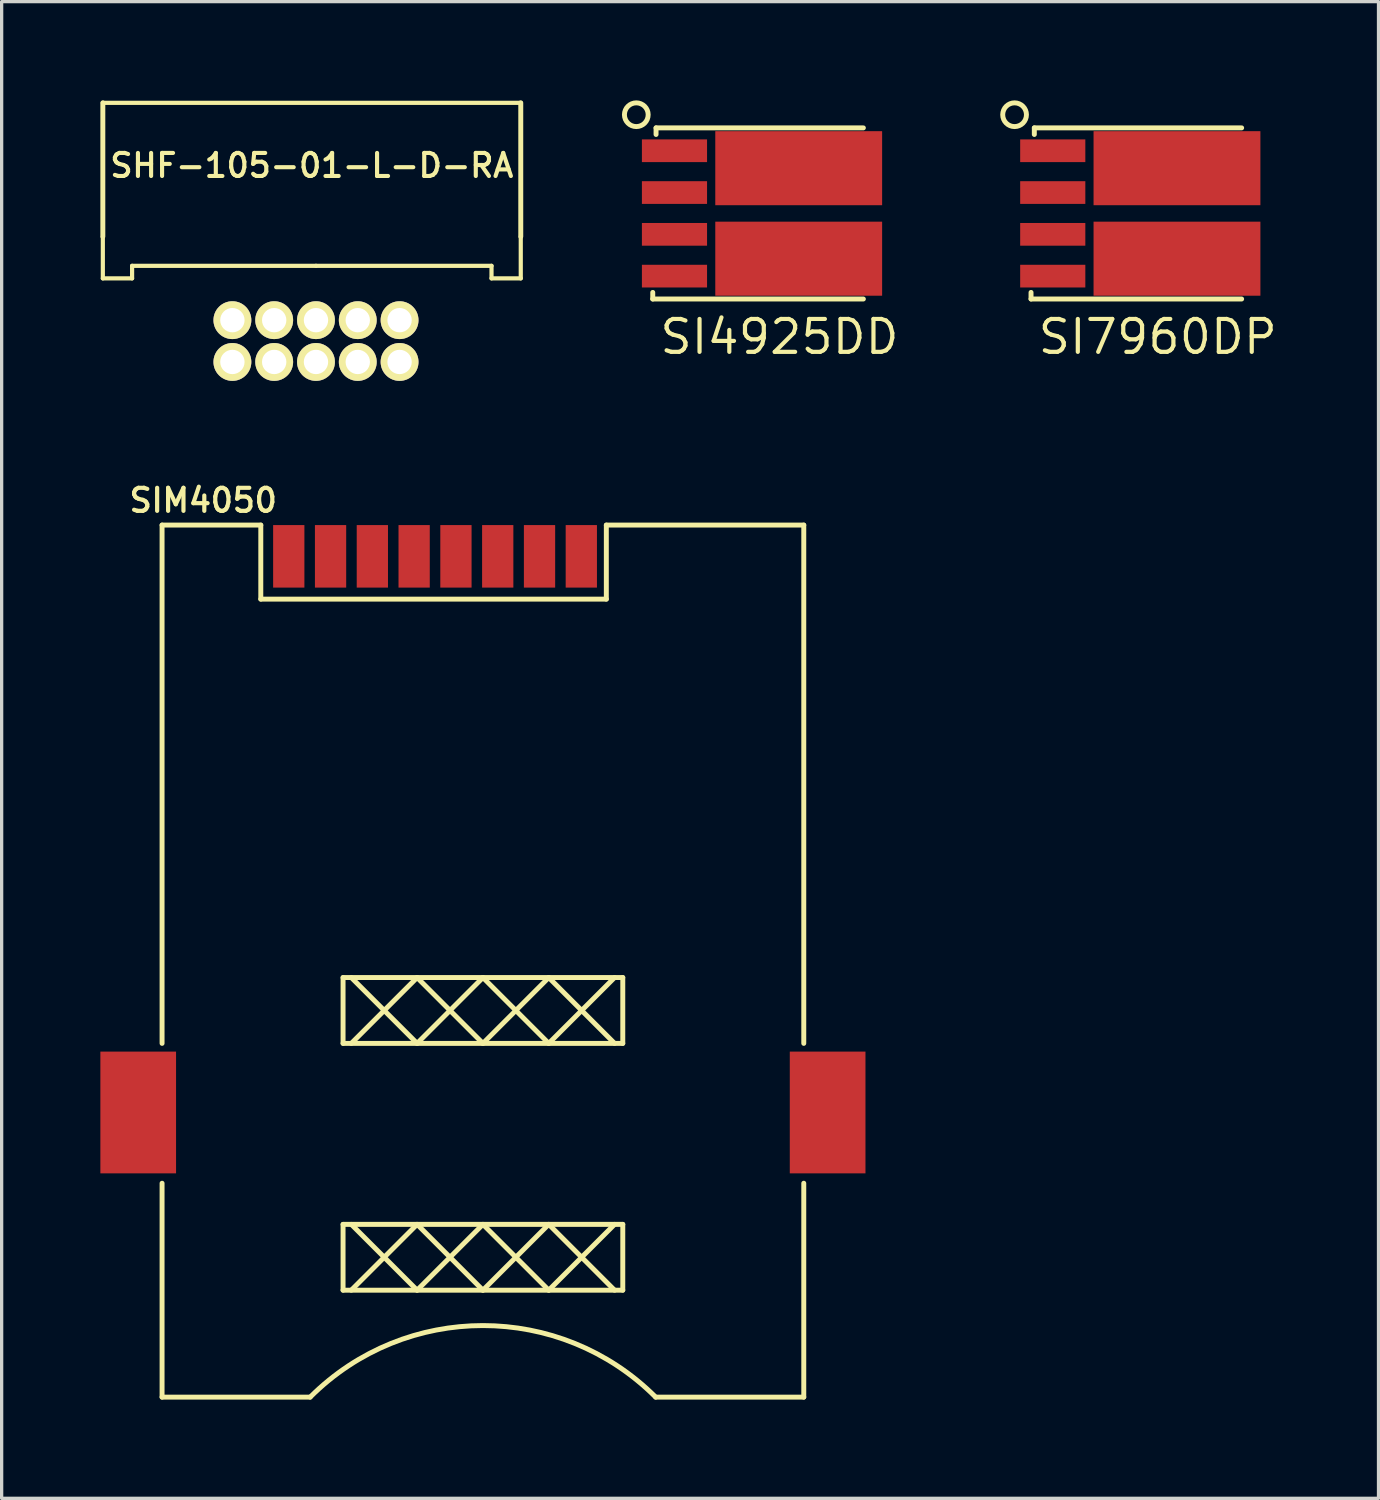
<source format=kicad_pcb>
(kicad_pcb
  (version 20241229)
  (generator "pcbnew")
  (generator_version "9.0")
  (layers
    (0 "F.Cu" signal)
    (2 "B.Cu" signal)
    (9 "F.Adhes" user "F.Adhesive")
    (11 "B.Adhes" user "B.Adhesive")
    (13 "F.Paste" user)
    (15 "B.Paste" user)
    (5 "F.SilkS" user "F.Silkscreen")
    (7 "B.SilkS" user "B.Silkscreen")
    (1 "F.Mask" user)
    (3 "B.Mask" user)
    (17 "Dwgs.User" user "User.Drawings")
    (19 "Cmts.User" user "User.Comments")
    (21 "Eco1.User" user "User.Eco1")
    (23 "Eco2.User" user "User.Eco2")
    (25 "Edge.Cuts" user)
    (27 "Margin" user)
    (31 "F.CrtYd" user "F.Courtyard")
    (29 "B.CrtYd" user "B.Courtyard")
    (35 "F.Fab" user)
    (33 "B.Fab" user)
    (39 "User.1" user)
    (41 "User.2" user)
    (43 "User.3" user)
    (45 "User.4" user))
  (footprint "SI7960DP"
    (layer "F.Cu")
    (at 30.181 3.436)
    (property "Reference" "SI7960DP" (at 1.95 3.75 0) (layer "F.SilkS") (effects (font (size 1 1) (thickness 0.127))))
    (attr through_hole)
    (fp_line (start -1.9 2.6) (end -1.9 2.4) (stroke (width 0.15) (type solid)) (layer "F.SilkS"))
    (fp_line (start -1.8 -2.6) (end 4.5 -2.6) (stroke (width 0.15) (type solid)) (layer "F.SilkS"))
    (fp_line (start -1.8 -2.4) (end -1.8 -2.6) (stroke (width 0.15) (type solid)) (layer "F.SilkS"))
    (fp_line (start 4.5 2.6) (end -1.9 2.6) (stroke (width 0.15) (type solid)) (layer "F.SilkS"))
    (fp_circle (center -2.4 -3) (end -2.6 -3.3) (stroke (width 0.15) (type solid)) (fill no) (layer "F.SilkS"))
    (pad "1" smd rect (at -1.24 -1.905) (size 1.98 0.69) (layers "F.Cu" "F.Mask" "F.Paste"))
    (pad "2" smd rect (at -1.24 -0.635) (size 1.98 0.69) (layers "F.Cu" "F.Mask" "F.Paste"))
    (pad "2" smd rect (at 2.535 -1.375) (size 5.07 2.25) (layers "F.Cu" "F.Mask" "F.Paste"))
    (pad "3" smd rect (at -1.24 0.635) (size 1.98 0.69) (layers "F.Cu" "F.Mask" "F.Paste"))
    (pad "3" smd rect (at 2.535 1.375) (size 5.07 2.25) (layers "F.Cu" "F.Mask" "F.Paste"))
    (pad "4" smd rect (at -1.24 1.905) (size 1.98 0.69) (layers "F.Cu" "F.Mask" "F.Paste")))
  (footprint "SI4925DD"
    (layer "F.Cu")
    (at 18.686 3.436)
    (property "Reference" "SI4925DD" (at 1.95 3.75 0) (layer "F.SilkS") (effects (font (size 1 1) (thickness 0.127))))
    (attr through_hole)
    (fp_line (start -1.9 2.6) (end -1.9 2.4) (stroke (width 0.15) (type solid)) (layer "F.SilkS"))
    (fp_line (start -1.8 -2.6) (end 4.5 -2.6) (stroke (width 0.15) (type solid)) (layer "F.SilkS"))
    (fp_line (start -1.8 -2.4) (end -1.8 -2.6) (stroke (width 0.15) (type solid)) (layer "F.SilkS"))
    (fp_line (start 4.5 2.6) (end -1.9 2.6) (stroke (width 0.15) (type solid)) (layer "F.SilkS"))
    (fp_circle (center -2.4 -3) (end -2.6 -3.3) (stroke (width 0.15) (type solid)) (fill no) (layer "F.SilkS"))
    (pad "1" smd rect (at -1.24 -1.905) (size 1.98 0.69) (layers "F.Cu" "F.Mask" "F.Paste"))
    (pad "2" smd rect (at -1.24 -0.635) (size 1.98 0.69) (layers "F.Cu" "F.Mask" "F.Paste"))
    (pad "2" smd rect (at 2.535 -1.375) (size 5.07 2.25) (layers "F.Cu" "F.Mask" "F.Paste"))
    (pad "3" smd rect (at -1.24 0.635) (size 1.98 0.69) (layers "F.Cu" "F.Mask" "F.Paste"))
    (pad "3" smd rect (at 2.535 1.375) (size 5.07 2.25) (layers "F.Cu" "F.Mask" "F.Paste"))
    (pad "4" smd rect (at -1.24 1.905) (size 1.98 0.69) (layers "F.Cu" "F.Mask" "F.Paste")))
  (footprint "SHF-105-01-L-D-RA"
    (layer "F.Cu")
    (at 6.552 7.314)
    (property "Reference" "SHF-105-01-L-D-RA" (at -0.127 -5.334 0) (layer "F.SilkS") (effects (font (size 0.7 0.7) (thickness 0.125))))
    (attr through_hole)
    (fp_line (start -6.477 -7.239) (end -6.477 -3.175) (stroke (width 0.15) (type solid)) (layer "F.SilkS"))
    (fp_line (start -6.477 -7.239) (end 6.223 -7.239) (stroke (width 0.127) (type solid)) (layer "F.SilkS"))
    (fp_line (start -6.477 -1.905) (end -6.477 -3.175) (stroke (width 0.127) (type solid)) (layer "F.SilkS"))
    (fp_line (start -5.588 -2.286) (end -5.588 -1.905) (stroke (width 0.127) (type solid)) (layer "F.SilkS"))
    (fp_line (start -5.588 -1.905) (end -6.477 -1.905) (stroke (width 0.127) (type solid)) (layer "F.SilkS"))
    (fp_line (start 0 -2.286) (end -5.588 -2.286) (stroke (width 0.127) (type solid)) (layer "F.SilkS"))
    (fp_line (start 0 -2.286) (end 5.334 -2.286) (stroke (width 0.127) (type solid)) (layer "F.SilkS"))
    (fp_line (start 5.334 -2.286) (end 5.334 -1.905) (stroke (width 0.127) (type solid)) (layer "F.SilkS"))
    (fp_line (start 5.334 -1.905) (end 6.223 -1.905) (stroke (width 0.127) (type solid)) (layer "F.SilkS"))
    (fp_line (start 6.223 -3.175) (end 6.223 -7.239) (stroke (width 0.15) (type solid)) (layer "F.SilkS"))
    (fp_line (start 6.223 -1.905) (end 6.223 -3.175) (stroke (width 0.127) (type solid)) (layer "F.SilkS"))
    (pad "1" thru_hole circle (at -2.54 0.635) (size 1.15 1.15) (drill 0.74) (layers "*.Cu" "*.Mask" "F.SilkS"))
    (pad "2" thru_hole circle (at -2.54 -0.635) (size 1.15 1.15) (drill 0.74) (layers "*.Cu" "*.Mask" "F.SilkS"))
    (pad "3" thru_hole circle (at -1.27 0.635) (size 1.15 1.15) (drill 0.74) (layers "*.Cu" "*.Mask" "F.SilkS"))
    (pad "4" thru_hole circle (at -1.27 -0.635) (size 1.15 1.15) (drill 0.74) (layers "*.Cu" "*.Mask" "F.SilkS"))
    (pad "5" thru_hole circle (at 0 0.635) (size 1.15 1.15) (drill 0.74) (layers "*.Cu" "*.Mask" "F.SilkS"))
    (pad "6" thru_hole circle (at 0 -0.635) (size 1.15 1.15) (drill 0.74) (layers "*.Cu" "*.Mask" "F.SilkS"))
    (pad "7" thru_hole circle (at 1.27 0.635) (size 1.15 1.15) (drill 0.74) (layers "*.Cu" "*.Mask" "F.SilkS"))
    (pad "8" thru_hole circle (at 1.27 -0.635) (size 1.15 1.15) (drill 0.74) (layers "*.Cu" "*.Mask" "F.SilkS"))
    (pad "9" thru_hole circle (at 2.54 0.635) (size 1.15 1.15) (drill 0.74) (layers "*.Cu" "*.Mask" "F.SilkS"))
    (pad "10" thru_hole circle (at 2.54 -0.635) (size 1.15 1.15) (drill 0.74) (layers "*.Cu" "*.Mask" "F.SilkS")))
  (footprint "SIM4050"
    (layer "F.Cu")
    (at 11.625 33.406)
    (property "Reference" "SIM4050" (at -8.5 -21.25 0) (layer "F.SilkS") (effects (font (size 0.7 0.7) (thickness 0.127))))
    (attr through_hole)
    (fp_line (start -9.75 -20.5) (end -9.75 -4.75) (stroke (width 0.15) (type solid)) (layer "F.SilkS"))
    (fp_line (start -9.75 -0.5) (end -9.75 6) (stroke (width 0.15) (type solid)) (layer "F.SilkS"))
    (fp_line (start -9.75 6) (end -5.25 6) (stroke (width 0.15) (type solid)) (layer "F.SilkS"))
    (fp_line (start -6.75 -20.5) (end -9.75 -20.5) (stroke (width 0.15) (type solid)) (layer "F.SilkS"))
    (fp_line (start -6.75 -20.5) (end -6.75 -18.25) (stroke (width 0.15) (type solid)) (layer "F.SilkS"))
    (fp_line (start -6.75 -18.25) (end 3.75 -18.25) (stroke (width 0.15) (type solid)) (layer "F.SilkS"))
    (fp_line (start -4.25 -6.75) (end 4.25 -6.75) (stroke (width 0.15) (type solid)) (layer "F.SilkS"))
    (fp_line (start -4.25 -4.75) (end -4.25 -6.75) (stroke (width 0.15) (type solid)) (layer "F.SilkS"))
    (fp_line (start -4.25 0.75) (end 4.25 0.75) (stroke (width 0.15) (type solid)) (layer "F.SilkS"))
    (fp_line (start -4.25 2.75) (end -4.25 0.75) (stroke (width 0.15) (type solid)) (layer "F.SilkS"))
    (fp_line (start -4 -4.75) (end -2 -6.75) (stroke (width 0.15) (type solid)) (layer "F.SilkS"))
    (fp_line (start -2 -6.75) (end 0 -4.75) (stroke (width 0.15) (type solid)) (layer "F.SilkS"))
    (fp_line (start -2 -4.75) (end -4 -6.75) (stroke (width 0.15) (type solid)) (layer "F.SilkS"))
    (fp_line (start -2 0.75) (end -4 2.75) (stroke (width 0.15) (type solid)) (layer "F.SilkS"))
    (fp_line (start -2 2.75) (end -4 0.75) (stroke (width 0.15) (type solid)) (layer "F.SilkS"))
    (fp_line (start 0 -6.75) (end -2 -4.75) (stroke (width 0.15) (type solid)) (layer "F.SilkS"))
    (fp_line (start 0 -4.75) (end 2 -6.75) (stroke (width 0.15) (type solid)) (layer "F.SilkS"))
    (fp_line (start 0 0.75) (end -2 2.75) (stroke (width 0.15) (type solid)) (layer "F.SilkS"))
    (fp_line (start 0 0.75) (end 2 2.75) (stroke (width 0.15) (type solid)) (layer "F.SilkS"))
    (fp_line (start 0 2.75) (end -2 0.75) (stroke (width 0.15) (type solid)) (layer "F.SilkS"))
    (fp_line (start 0 2.75) (end 2 0.75) (stroke (width 0.15) (type solid)) (layer "F.SilkS"))
    (fp_line (start 2 -6.75) (end 4 -4.75) (stroke (width 0.15) (type solid)) (layer "F.SilkS"))
    (fp_line (start 2 -4.75) (end 0 -6.75) (stroke (width 0.15) (type solid)) (layer "F.SilkS"))
    (fp_line (start 2 0.75) (end 4 2.75) (stroke (width 0.15) (type solid)) (layer "F.SilkS"))
    (fp_line (start 2 2.75) (end 4 0.75) (stroke (width 0.15) (type solid)) (layer "F.SilkS"))
    (fp_line (start 3.75 -20.5) (end 9.75 -20.5) (stroke (width 0.15) (type solid)) (layer "F.SilkS"))
    (fp_line (start 3.75 -18.25) (end 3.75 -20.5) (stroke (width 0.15) (type solid)) (layer "F.SilkS"))
    (fp_line (start 4 -6.75) (end 2 -4.75) (stroke (width 0.15) (type solid)) (layer "F.SilkS"))
    (fp_line (start 4.25 -6.75) (end 4.25 -4.75) (stroke (width 0.15) (type solid)) (layer "F.SilkS"))
    (fp_line (start 4.25 -4.75) (end -4.25 -4.75) (stroke (width 0.15) (type solid)) (layer "F.SilkS"))
    (fp_line (start 4.25 0.75) (end 4.25 2.75) (stroke (width 0.15) (type solid)) (layer "F.SilkS"))
    (fp_line (start 4.25 2.75) (end -4.25 2.75) (stroke (width 0.15) (type solid)) (layer "F.SilkS"))
    (fp_line (start 5.25 6) (end 9.75 6) (stroke (width 0.15) (type solid)) (layer "F.SilkS"))
    (fp_line (start 9.75 -20.5) (end 9.75 -4.75) (stroke (width 0.15) (type solid)) (layer "F.SilkS"))
    (fp_line (start 9.75 6) (end 9.75 -0.5) (stroke (width 0.15) (type solid)) (layer "F.SilkS"))
    (fp_arc (start -5.25 6) (mid 0 3.825379) (end 5.25 6) (stroke (width 0.15) (type solid)) (layer "F.SilkS"))
    (pad "" smd rect (at -10.475 -2.65) (size 2.3 3.7) (layers "F.Cu" "F.Mask" "F.Paste"))
    (pad "" smd rect (at 10.475 -2.65) (size 2.3 3.7) (layers "F.Cu" "F.Mask" "F.Paste"))
    (pad "1" smd rect (at -5.9 -19.55) (size 0.95 1.9) (layers "F.Cu" "F.Mask" "F.Paste"))
    (pad "2" smd rect (at -4.63 -19.55) (size 0.95 1.9) (layers "F.Cu" "F.Mask" "F.Paste"))
    (pad "3" smd rect (at -3.36 -19.55) (size 0.95 1.9) (layers "F.Cu" "F.Mask" "F.Paste"))
    (pad "4" smd rect (at -2.09 -19.55) (size 0.95 1.9) (layers "F.Cu" "F.Mask" "F.Paste"))
    (pad "5" smd rect (at -0.82 -19.55) (size 0.95 1.9) (layers "F.Cu" "F.Mask" "F.Paste"))
    (pad "6" smd rect (at 0.45 -19.55) (size 0.95 1.9) (layers "F.Cu" "F.Mask" "F.Paste"))
    (pad "7" smd rect (at 1.72 -19.55) (size 0.95 1.9) (layers "F.Cu" "F.Mask" "F.Paste"))
    (pad "8" smd rect (at 2.99 -19.55) (size 0.95 1.9) (layers "F.Cu" "F.Mask" "F.Paste")))
  (gr_rect
    (start -3 -3)
    (end 38.84 42.481)
    (stroke (width 0.1) (type default))
    (fill no)
    (layer "Edge.Cuts")))
</source>
